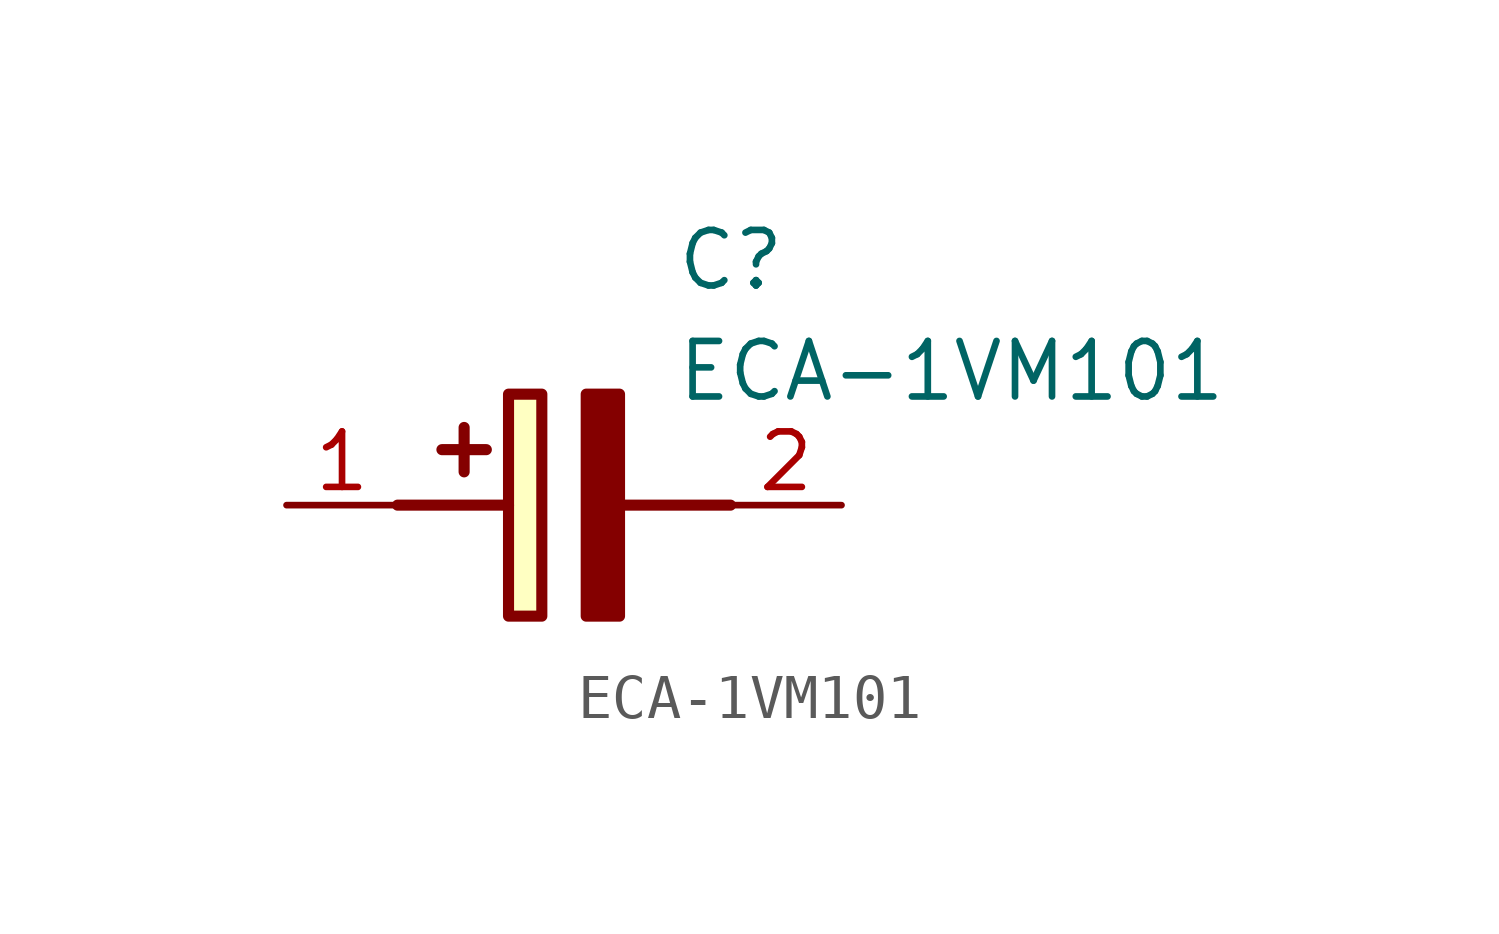
<source format=kicad_sym>
(kicad_symbol_lib
  (version 20211014)
  (generator SamacSys_ECAD_Model)
  (symbol "ECA-1VM101"
    (pin_names hide)
    (property "Reference" "C"
      (at 8.89 6.35 0)
      (effects (font (size 1.27 1.27)) (justify left top)))
    (property "Value" "ECA-1VM101"
      (at 8.89 3.81 0)
      (effects (font (size 1.27 1.27)) (justify left top)))
    (rectangle
      (start 5.08 2.54)
      (end 5.842 -2.54)
      (stroke (width 0.254) (type default))
      (fill (type background)))
    (polyline
      (pts (xy 4.572 1.27) (xy 3.556 1.27))
      (stroke (width 0.254) (type default))
      (fill (type none)))
    (polyline
      (pts (xy 4.064 1.778) (xy 4.064 0.762))
      (stroke (width 0.254) (type default))
      (fill (type none)))
    (polyline
      (pts (xy 2.54 0) (xy 5.08 0))
      (stroke (width 0.254) (type default))
      (fill (type none)))
    (polyline
      (pts (xy 7.62 0) (xy 10.16 0))
      (stroke (width 0.254) (type default))
      (fill (type none)))
    (polyline
      (pts (xy 7.62 2.54) (xy 7.62 -2.54) (xy 6.858 -2.54) (xy 6.858 2.54) (xy 7.62 2.54))
      (stroke (width 0.254) (type default))
      (fill (type outline)))
    (pin passive line
      (at 0 0 0)
      (length 2.54)
      (name "+" (effects (font (size 1.27 1.27))))
      (number "1" (effects (font (size 1.27 1.27)))))
    (pin passive line
      (at 12.7 0 180)
      (length 2.54)
      (name "-" (effects (font (size 1.27 1.27))))
      (number "2" (effects (font (size 1.27 1.27)))))))
</source>
